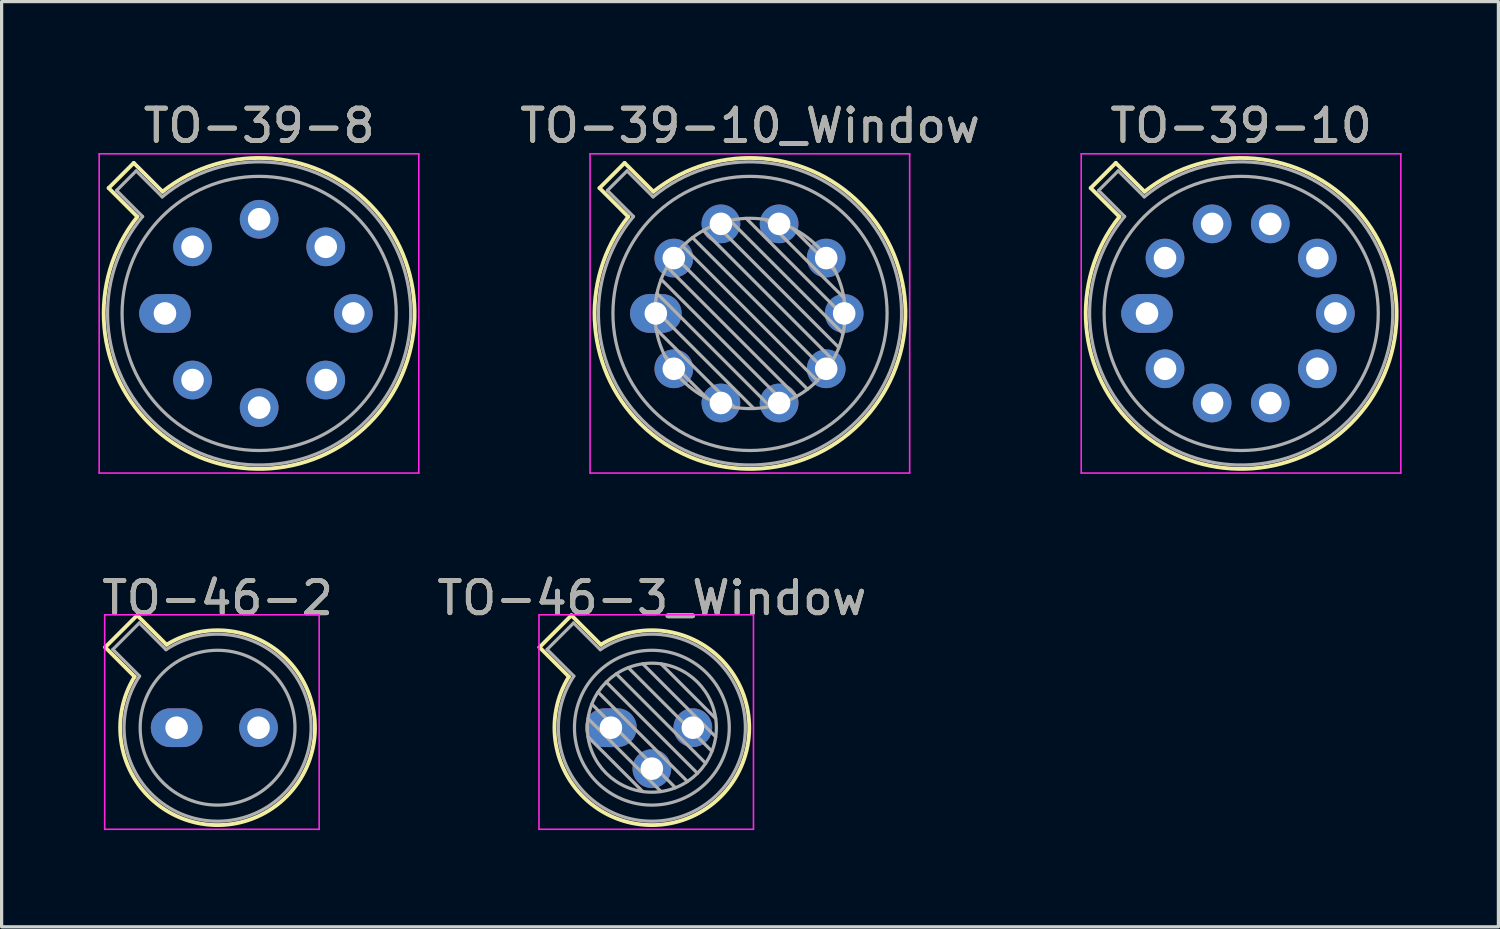
<source format=kicad_pcb>
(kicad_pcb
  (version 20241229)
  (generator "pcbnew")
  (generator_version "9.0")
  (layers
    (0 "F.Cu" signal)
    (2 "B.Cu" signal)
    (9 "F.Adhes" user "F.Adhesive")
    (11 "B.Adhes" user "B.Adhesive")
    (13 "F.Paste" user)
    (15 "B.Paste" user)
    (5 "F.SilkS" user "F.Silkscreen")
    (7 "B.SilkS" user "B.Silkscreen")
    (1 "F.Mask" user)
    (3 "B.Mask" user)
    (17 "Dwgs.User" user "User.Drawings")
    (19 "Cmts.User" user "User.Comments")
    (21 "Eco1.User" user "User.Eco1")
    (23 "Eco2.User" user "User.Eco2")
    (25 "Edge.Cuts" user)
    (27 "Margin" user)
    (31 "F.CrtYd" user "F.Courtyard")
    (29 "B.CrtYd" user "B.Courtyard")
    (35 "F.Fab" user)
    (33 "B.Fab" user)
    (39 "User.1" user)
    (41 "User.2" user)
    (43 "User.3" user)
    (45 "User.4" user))
  (footprint "TO-46-3_Window"
    (layer "F.Cu")
    (at 15.891 19.512)
    (property "Reference" "TO-46-3_Window" (at 1.27 -4.02 0) (layer "F.SilkS") (effects (font (size 1 1) (thickness 0.15))))
    (attr through_hole)
    (fp_line (start -2.214 -2.494) (end -1.302 -1.582) (stroke (width 0.12) (type solid)) (layer "F.SilkS"))
    (fp_line (start -1.224 -3.484) (end -2.214 -2.494) (stroke (width 0.12) (type solid)) (layer "F.SilkS"))
    (fp_line (start -0.312 -2.572) (end -1.224 -3.484) (stroke (width 0.12) (type solid)) (layer "F.SilkS"))
    (fp_arc (start -0.312331 -2.572281) (mid 3.405374 2.135551) (end -1.30215 -1.582544) (stroke (width 0.12) (type solid)) (layer "F.SilkS"))
    (fp_line (start -2.23 -3.5) (end -2.23 3.15) (stroke (width 0.05) (type solid)) (layer "F.CrtYd"))
    (fp_line (start -2.23 3.15) (end 4.42 3.15) (stroke (width 0.05) (type solid)) (layer "F.CrtYd"))
    (fp_line (start 4.42 -3.5) (end -2.23 -3.5) (stroke (width 0.05) (type solid)) (layer "F.CrtYd"))
    (fp_line (start 4.42 3.15) (end 4.42 -3.5) (stroke (width 0.05) (type solid)) (layer "F.CrtYd"))
    (fp_line (start -1.977 -2.426) (end -1.149 -1.599) (stroke (width 0.1) (type solid)) (layer "F.Fab"))
    (fp_line (start -1.156 -3.247) (end -1.977 -2.426) (stroke (width 0.1) (type solid)) (layer "F.Fab"))
    (fp_line (start -0.71 -0.283) (end 1.553 1.98) (stroke (width 0.1) (type solid)) (layer "F.Fab"))
    (fp_line (start -0.71 0.283) (end 0.987 1.98) (stroke (width 0.1) (type solid)) (layer "F.Fab"))
    (fp_line (start -0.592 -0.731) (end 2.001 1.862) (stroke (width 0.1) (type solid)) (layer "F.Fab"))
    (fp_line (start -0.399 -1.103) (end 2.373 1.669) (stroke (width 0.1) (type solid)) (layer "F.Fab"))
    (fp_line (start -0.329 -2.419) (end -1.156 -3.247) (stroke (width 0.1) (type solid)) (layer "F.Fab"))
    (fp_line (start -0.145 -1.415) (end 2.685 1.415) (stroke (width 0.1) (type solid)) (layer "F.Fab"))
    (fp_line (start 0.167 -1.669) (end 2.939 1.103) (stroke (width 0.1) (type solid)) (layer "F.Fab"))
    (fp_line (start 0.539 -1.862) (end 3.132 0.731) (stroke (width 0.1) (type solid)) (layer "F.Fab"))
    (fp_line (start 0.987 -1.98) (end 3.25 0.283) (stroke (width 0.1) (type solid)) (layer "F.Fab"))
    (fp_line (start 1.553 -1.98) (end 3.25 -0.283) (stroke (width 0.1) (type solid)) (layer "F.Fab"))
    (fp_arc (start -0.329057 -2.419301) (mid 3.321076 2.050143) (end -1.150029 -1.597956) (stroke (width 0.1) (type solid)) (layer "F.Fab"))
    (fp_circle (center 1.27 0) (end 3.27 0) (stroke (width 0.1) (type solid)) (fill no) (layer "F.Fab"))
    (fp_circle (center 1.27 0) (end 3.67 0) (stroke (width 0.1) (type solid)) (fill no) (layer "F.Fab"))
    (fp_text user "${REFERENCE}" (at 1.27 -4.02 0) (layer "F.Fab") (effects (font (size 1 1) (thickness 0.15))))
    (pad "1" thru_hole oval (at 0 0) (size 1.6 1.2) (drill 0.7) (layers "*.Cu" "*.Mask"))
    (pad "2" thru_hole oval (at 1.27 1.27) (size 1.2 1.2) (drill 0.7) (layers "*.Cu" "*.Mask"))
    (pad "3" thru_hole oval (at 2.54 0) (size 1.2 1.2) (drill 0.7) (layers "*.Cu" "*.Mask")))
  (footprint "TO-39-10"
    (layer "F.Cu")
    (at 32.513 6.668)
    (property "Reference" "TO-39-10" (at 2.92 -5.82 0) (layer "F.SilkS") (effects (font (size 1 1) (thickness 0.15))))
    (attr through_hole)
    (fp_line (start -1.746 -3.888) (end -0.855 -2.997) (stroke (width 0.12) (type solid)) (layer "F.SilkS"))
    (fp_line (start -0.968 -4.666) (end -1.746 -3.888) (stroke (width 0.12) (type solid)) (layer "F.SilkS"))
    (fp_line (start -0.077 -3.775) (end -0.968 -4.666) (stroke (width 0.12) (type solid)) (layer "F.SilkS"))
    (fp_arc (start -0.077084 -3.774902) (mid 6.328125 3.408384) (end -0.854674 -2.997371) (stroke (width 0.12) (type solid)) (layer "F.SilkS"))
    (fp_line (start -2.04 -4.95) (end -2.04 4.95) (stroke (width 0.05) (type solid)) (layer "F.CrtYd"))
    (fp_line (start -2.04 4.95) (end 7.87 4.95) (stroke (width 0.05) (type solid)) (layer "F.CrtYd"))
    (fp_line (start 7.87 -4.95) (end -2.04 -4.95) (stroke (width 0.05) (type solid)) (layer "F.CrtYd"))
    (fp_line (start 7.87 4.95) (end 7.87 -4.95) (stroke (width 0.05) (type solid)) (layer "F.CrtYd"))
    (fp_line (start -1.5 -3.812) (end -0.694 -3.005) (stroke (width 0.1) (type solid)) (layer "F.Fab"))
    (fp_line (start -0.892 -4.42) (end -1.5 -3.812) (stroke (width 0.1) (type solid)) (layer "F.Fab"))
    (fp_line (start -0.085 -3.614) (end -0.892 -4.42) (stroke (width 0.1) (type solid)) (layer "F.Fab"))
    (fp_arc (start -0.085408 -3.61352) (mid 6.243443 3.323361) (end -0.693594 -3.005319) (stroke (width 0.1) (type solid)) (layer "F.Fab"))
    (fp_circle (center 2.92 0) (end 7.17 0) (stroke (width 0.1) (type solid)) (fill no) (layer "F.Fab"))
    (fp_text user "${REFERENCE}" (at 2.92 -5.82 0) (layer "F.Fab") (effects (font (size 1 1) (thickness 0.15))))
    (pad "1" thru_hole oval (at 0 0) (size 1.6 1.2) (drill 0.7) (layers "*.Cu" "*.Mask"))
    (pad "2" thru_hole oval (at 0.558 1.716) (size 1.2 1.2) (drill 0.7) (layers "*.Cu" "*.Mask"))
    (pad "3" thru_hole oval (at 2.018 2.777) (size 1.2 1.2) (drill 0.7) (layers "*.Cu" "*.Mask"))
    (pad "4" thru_hole oval (at 3.822 2.777) (size 1.2 1.2) (drill 0.7) (layers "*.Cu" "*.Mask"))
    (pad "5" thru_hole oval (at 5.282 1.716) (size 1.2 1.2) (drill 0.7) (layers "*.Cu" "*.Mask"))
    (pad "6" thru_hole oval (at 5.84 0) (size 1.2 1.2) (drill 0.7) (layers "*.Cu" "*.Mask"))
    (pad "7" thru_hole oval (at 5.282 -1.716) (size 1.2 1.2) (drill 0.7) (layers "*.Cu" "*.Mask"))
    (pad "8" thru_hole oval (at 3.822 -2.777) (size 1.2 1.2) (drill 0.7) (layers "*.Cu" "*.Mask"))
    (pad "9" thru_hole oval (at 2.018 -2.777) (size 1.2 1.2) (drill 0.7) (layers "*.Cu" "*.Mask"))
    (pad "10" thru_hole oval (at 0.558 -1.716) (size 1.2 1.2) (drill 0.7) (layers "*.Cu" "*.Mask")))
  (footprint "TO-39-8"
    (layer "F.Cu")
    (at 2.065 6.668)
    (property "Reference" "TO-39-8" (at 2.92 -5.82 0) (layer "F.SilkS") (effects (font (size 1 1) (thickness 0.15))))
    (attr through_hole)
    (fp_line (start -1.746 -3.888) (end -0.855 -2.997) (stroke (width 0.12) (type solid)) (layer "F.SilkS"))
    (fp_line (start -0.968 -4.666) (end -1.746 -3.888) (stroke (width 0.12) (type solid)) (layer "F.SilkS"))
    (fp_line (start -0.077 -3.775) (end -0.968 -4.666) (stroke (width 0.12) (type solid)) (layer "F.SilkS"))
    (fp_arc (start -0.077084 -3.774902) (mid 6.328125 3.408384) (end -0.854674 -2.997371) (stroke (width 0.12) (type solid)) (layer "F.SilkS"))
    (fp_line (start -2.04 -4.95) (end -2.04 4.95) (stroke (width 0.05) (type solid)) (layer "F.CrtYd"))
    (fp_line (start -2.04 4.95) (end 7.87 4.95) (stroke (width 0.05) (type solid)) (layer "F.CrtYd"))
    (fp_line (start 7.87 -4.95) (end -2.04 -4.95) (stroke (width 0.05) (type solid)) (layer "F.CrtYd"))
    (fp_line (start 7.87 4.95) (end 7.87 -4.95) (stroke (width 0.05) (type solid)) (layer "F.CrtYd"))
    (fp_line (start -1.5 -3.812) (end -0.694 -3.005) (stroke (width 0.1) (type solid)) (layer "F.Fab"))
    (fp_line (start -0.892 -4.42) (end -1.5 -3.812) (stroke (width 0.1) (type solid)) (layer "F.Fab"))
    (fp_line (start -0.085 -3.614) (end -0.892 -4.42) (stroke (width 0.1) (type solid)) (layer "F.Fab"))
    (fp_arc (start -0.085408 -3.61352) (mid 6.243443 3.323361) (end -0.693594 -3.005319) (stroke (width 0.1) (type solid)) (layer "F.Fab"))
    (fp_circle (center 2.92 0) (end 7.17 0) (stroke (width 0.1) (type solid)) (fill no) (layer "F.Fab"))
    (fp_text user "${REFERENCE}" (at 2.92 -5.82 0) (layer "F.Fab") (effects (font (size 1 1) (thickness 0.15))))
    (pad "1" thru_hole oval (at 0 0) (size 1.6 1.2) (drill 0.7) (layers "*.Cu" "*.Mask"))
    (pad "2" thru_hole oval (at 0.855 2.065) (size 1.2 1.2) (drill 0.7) (layers "*.Cu" "*.Mask"))
    (pad "3" thru_hole oval (at 2.92 2.92) (size 1.2 1.2) (drill 0.7) (layers "*.Cu" "*.Mask"))
    (pad "4" thru_hole oval (at 4.985 2.065) (size 1.2 1.2) (drill 0.7) (layers "*.Cu" "*.Mask"))
    (pad "5" thru_hole oval (at 5.84 0) (size 1.2 1.2) (drill 0.7) (layers "*.Cu" "*.Mask"))
    (pad "6" thru_hole oval (at 4.985 -2.065) (size 1.2 1.2) (drill 0.7) (layers "*.Cu" "*.Mask"))
    (pad "7" thru_hole oval (at 2.92 -2.92) (size 1.2 1.2) (drill 0.7) (layers "*.Cu" "*.Mask"))
    (pad "8" thru_hole oval (at 0.855 -2.065) (size 1.2 1.2) (drill 0.7) (layers "*.Cu" "*.Mask")))
  (footprint "TO-39-10_Window"
    (layer "F.Cu")
    (at 17.284 6.668)
    (property "Reference" "TO-39-10_Window" (at 2.92 -5.82 0) (layer "F.SilkS") (effects (font (size 1 1) (thickness 0.15))))
    (attr through_hole)
    (fp_line (start -1.746 -3.888) (end -0.855 -2.997) (stroke (width 0.12) (type solid)) (layer "F.SilkS"))
    (fp_line (start -0.968 -4.666) (end -1.746 -3.888) (stroke (width 0.12) (type solid)) (layer "F.SilkS"))
    (fp_line (start -0.077 -3.775) (end -0.968 -4.666) (stroke (width 0.12) (type solid)) (layer "F.SilkS"))
    (fp_arc (start -0.077084 -3.774902) (mid 6.328125 3.408384) (end -0.854674 -2.997371) (stroke (width 0.12) (type solid)) (layer "F.SilkS"))
    (fp_line (start -2.04 -4.95) (end -2.04 4.95) (stroke (width 0.05) (type solid)) (layer "F.CrtYd"))
    (fp_line (start -2.04 4.95) (end 7.87 4.95) (stroke (width 0.05) (type solid)) (layer "F.CrtYd"))
    (fp_line (start 7.87 -4.95) (end -2.04 -4.95) (stroke (width 0.05) (type solid)) (layer "F.CrtYd"))
    (fp_line (start 7.87 4.95) (end 7.87 -4.95) (stroke (width 0.05) (type solid)) (layer "F.CrtYd"))
    (fp_line (start -1.5 -3.812) (end -0.694 -3.005) (stroke (width 0.1) (type solid)) (layer "F.Fab"))
    (fp_line (start -0.892 -4.42) (end -1.5 -3.812) (stroke (width 0.1) (type solid)) (layer "F.Fab"))
    (fp_line (start -0.085 -3.614) (end -0.892 -4.42) (stroke (width 0.1) (type solid)) (layer "F.Fab"))
    (fp_line (start -0.028 -0.12) (end 3.04 2.948) (stroke (width 0.1) (type solid)) (layer "F.Fab"))
    (fp_line (start 0.009 0.485) (end 2.435 2.911) (stroke (width 0.1) (type solid)) (layer "F.Fab"))
    (fp_line (start 0.036 -0.622) (end 3.542 2.884) (stroke (width 0.1) (type solid)) (layer "F.Fab"))
    (fp_line (start 0.165 -1.058) (end 3.978 2.755) (stroke (width 0.1) (type solid)) (layer "F.Fab"))
    (fp_line (start 0.283 1.324) (end 1.596 2.637) (stroke (width 0.1) (type solid)) (layer "F.Fab"))
    (fp_line (start 0.346 -1.443) (end 4.363 2.574) (stroke (width 0.1) (type solid)) (layer "F.Fab"))
    (fp_line (start 0.57 -1.784) (end 4.704 2.35) (stroke (width 0.1) (type solid)) (layer "F.Fab"))
    (fp_line (start 0.834 -2.086) (end 5.006 2.086) (stroke (width 0.1) (type solid)) (layer "F.Fab"))
    (fp_line (start 1.136 -2.35) (end 5.27 1.784) (stroke (width 0.1) (type solid)) (layer "F.Fab"))
    (fp_line (start 1.477 -2.574) (end 5.494 1.443) (stroke (width 0.1) (type solid)) (layer "F.Fab"))
    (fp_line (start 1.862 -2.755) (end 5.675 1.058) (stroke (width 0.1) (type solid)) (layer "F.Fab"))
    (fp_line (start 2.298 -2.884) (end 5.804 0.622) (stroke (width 0.1) (type solid)) (layer "F.Fab"))
    (fp_line (start 2.8 -2.948) (end 5.868 0.12) (stroke (width 0.1) (type solid)) (layer "F.Fab"))
    (fp_line (start 3.405 -2.911) (end 5.831 -0.485) (stroke (width 0.1) (type solid)) (layer "F.Fab"))
    (fp_line (start 4.244 -2.637) (end 5.557 -1.324) (stroke (width 0.1) (type solid)) (layer "F.Fab"))
    (fp_arc (start -0.085408 -3.61352) (mid 6.243443 3.323361) (end -0.693594 -3.005319) (stroke (width 0.1) (type solid)) (layer "F.Fab"))
    (fp_circle (center 2.92 0) (end 5.87 0) (stroke (width 0.1) (type solid)) (fill no) (layer "F.Fab"))
    (fp_circle (center 2.92 0) (end 7.17 0) (stroke (width 0.1) (type solid)) (fill no) (layer "F.Fab"))
    (fp_text user "${REFERENCE}" (at 2.92 -5.82 0) (layer "F.Fab") (effects (font (size 1 1) (thickness 0.15))))
    (pad "1" thru_hole oval (at 0 0) (size 1.6 1.2) (drill 0.7) (layers "*.Cu" "*.Mask"))
    (pad "2" thru_hole oval (at 0.558 1.716) (size 1.2 1.2) (drill 0.7) (layers "*.Cu" "*.Mask"))
    (pad "3" thru_hole oval (at 2.018 2.777) (size 1.2 1.2) (drill 0.7) (layers "*.Cu" "*.Mask"))
    (pad "4" thru_hole oval (at 3.822 2.777) (size 1.2 1.2) (drill 0.7) (layers "*.Cu" "*.Mask"))
    (pad "5" thru_hole oval (at 5.282 1.716) (size 1.2 1.2) (drill 0.7) (layers "*.Cu" "*.Mask"))
    (pad "6" thru_hole oval (at 5.84 0) (size 1.2 1.2) (drill 0.7) (layers "*.Cu" "*.Mask"))
    (pad "7" thru_hole oval (at 5.282 -1.716) (size 1.2 1.2) (drill 0.7) (layers "*.Cu" "*.Mask"))
    (pad "8" thru_hole oval (at 3.822 -2.777) (size 1.2 1.2) (drill 0.7) (layers "*.Cu" "*.Mask"))
    (pad "9" thru_hole oval (at 2.018 -2.777) (size 1.2 1.2) (drill 0.7) (layers "*.Cu" "*.Mask"))
    (pad "10" thru_hole oval (at 0.558 -1.716) (size 1.2 1.2) (drill 0.7) (layers "*.Cu" "*.Mask")))
  (footprint "TO-46-2"
    (layer "F.Cu")
    (at 2.426 19.512)
    (property "Reference" "TO-46-2" (at 1.27 -4.02 0) (layer "F.SilkS") (effects (font (size 1 1) (thickness 0.15))))
    (attr through_hole)
    (fp_line (start -2.214 -2.494) (end -1.302 -1.582) (stroke (width 0.12) (type solid)) (layer "F.SilkS"))
    (fp_line (start -1.224 -3.484) (end -2.214 -2.494) (stroke (width 0.12) (type solid)) (layer "F.SilkS"))
    (fp_line (start -0.312 -2.572) (end -1.224 -3.484) (stroke (width 0.12) (type solid)) (layer "F.SilkS"))
    (fp_arc (start -0.312331 -2.572281) (mid 3.405374 2.135551) (end -1.30215 -1.582544) (stroke (width 0.12) (type solid)) (layer "F.SilkS"))
    (fp_line (start -2.23 -3.5) (end -2.23 3.15) (stroke (width 0.05) (type solid)) (layer "F.CrtYd"))
    (fp_line (start -2.23 3.15) (end 4.42 3.15) (stroke (width 0.05) (type solid)) (layer "F.CrtYd"))
    (fp_line (start 4.42 -3.5) (end -2.23 -3.5) (stroke (width 0.05) (type solid)) (layer "F.CrtYd"))
    (fp_line (start 4.42 3.15) (end 4.42 -3.5) (stroke (width 0.05) (type solid)) (layer "F.CrtYd"))
    (fp_line (start -1.977 -2.426) (end -1.149 -1.599) (stroke (width 0.1) (type solid)) (layer "F.Fab"))
    (fp_line (start -1.156 -3.247) (end -1.977 -2.426) (stroke (width 0.1) (type solid)) (layer "F.Fab"))
    (fp_line (start -0.329 -2.419) (end -1.156 -3.247) (stroke (width 0.1) (type solid)) (layer "F.Fab"))
    (fp_arc (start -0.329057 -2.419301) (mid 3.321076 2.050143) (end -1.150029 -1.597956) (stroke (width 0.1) (type solid)) (layer "F.Fab"))
    (fp_circle (center 1.27 0) (end 3.67 0) (stroke (width 0.1) (type solid)) (fill no) (layer "F.Fab"))
    (fp_text user "${REFERENCE}" (at 1.27 -4.02 0) (layer "F.Fab") (effects (font (size 1 1) (thickness 0.15))))
    (pad "1" thru_hole oval (at 0 0) (size 1.6 1.2) (drill 0.7) (layers "*.Cu" "*.Mask"))
    (pad "2" thru_hole oval (at 2.54 0) (size 1.2 1.2) (drill 0.7) (layers "*.Cu" "*.Mask")))
  (gr_rect
    (start -3 -3)
    (end 43.408 25.686)
    (stroke (width 0.1) (type default))
    (fill no)
    (layer "Edge.Cuts")))
</source>
